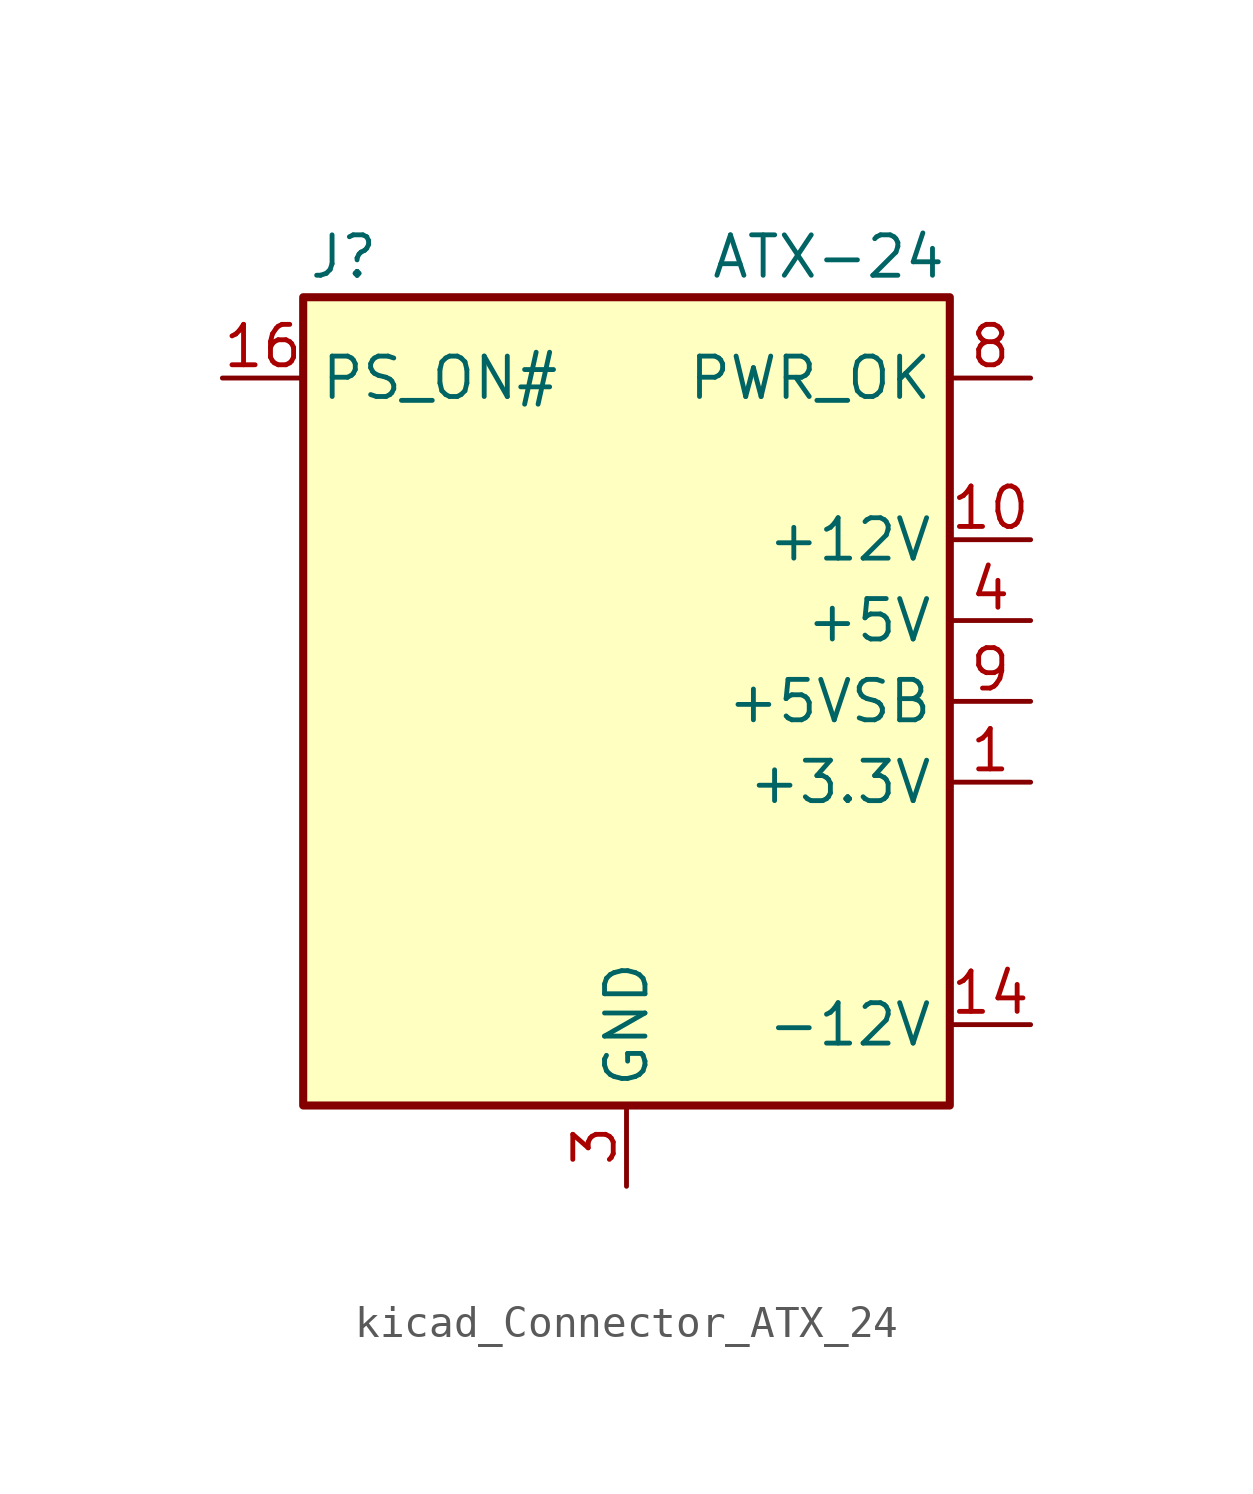
<source format=kicad_sym>
(kicad_symbol_lib
  (version 20220914)
  (generator kicad_symbol_editor)
  (symbol "kicad_Connector_ATX_24"
    (property "Reference" "J"
      (at -8.89 13.97 0)
      (effects (font (size 1.27 1.27))))
    (property "Value" "ATX-24"
      (at 6.35 13.97 0)
      (effects (font (size 1.27 1.27))))
    (symbol "kicad_Connector_ATX_24_0_1"
      (rectangle (start -10.16 12.7) (end 10.16 -12.7) (stroke (width 0.254) (type default)) (fill (type background))))
    (symbol "kicad_Connector_ATX_24_1_1"
      (pin power_out line (at 12.7 -2.54 180) (length 2.54) (name "+3.3V" (effects (font (size 1.27 1.27)))) (number "1" (effects (font (size 1.27 1.27)))))
      (pin power_out line (at 12.7 5.08 180) (length 2.54) (name "+12V" (effects (font (size 1.27 1.27)))) (number "10" (effects (font (size 1.27 1.27)))))
      (pin passive line (at 12.7 5.08 180) (length 2.54) hide (name "+12V" (effects (font (size 1.27 1.27)))) (number "11" (effects (font (size 1.27 1.27)))))
      (pin passive line (at 12.7 -2.54 180) (length 2.54) hide (name "+3.3V" (effects (font (size 1.27 1.27)))) (number "12" (effects (font (size 1.27 1.27)))))
      (pin passive line (at 12.7 -2.54 180) (length 2.54) hide (name "+3.3V" (effects (font (size 1.27 1.27)))) (number "13" (effects (font (size 1.27 1.27)))))
      (pin power_out line (at 12.7 -10.16 180) (length 2.54) (name "-12V" (effects (font (size 1.27 1.27)))) (number "14" (effects (font (size 1.27 1.27)))))
      (pin passive line (at 0 -15.24 90) (length 2.54) hide (name "GND" (effects (font (size 1.27 1.27)))) (number "15" (effects (font (size 1.27 1.27)))))
      (pin open_collector line (at -12.7 10.16 0) (length 2.54) (name "PS_ON#" (effects (font (size 1.27 1.27)))) (number "16" (effects (font (size 1.27 1.27)))))
      (pin passive line (at 0 -15.24 90) (length 2.54) hide (name "GND" (effects (font (size 1.27 1.27)))) (number "17" (effects (font (size 1.27 1.27)))))
      (pin passive line (at 0 -15.24 90) (length 2.54) hide (name "GND" (effects (font (size 1.27 1.27)))) (number "18" (effects (font (size 1.27 1.27)))))
      (pin passive line (at 0 -15.24 90) (length 2.54) hide (name "GND" (effects (font (size 1.27 1.27)))) (number "19" (effects (font (size 1.27 1.27)))))
      (pin passive line (at 12.7 -2.54 180) (length 2.54) hide (name "+3.3V" (effects (font (size 1.27 1.27)))) (number "2" (effects (font (size 1.27 1.27)))))
      (pin no_connect line (at -10.16 0 0) (length 2.54) hide (name "NC" (effects (font (size 1.27 1.27)))) (number "20" (effects (font (size 1.27 1.27)))))
      (pin passive line (at 12.7 2.54 180) (length 2.54) hide (name "+5V" (effects (font (size 1.27 1.27)))) (number "21" (effects (font (size 1.27 1.27)))))
      (pin passive line (at 12.7 2.54 180) (length 2.54) hide (name "+5V" (effects (font (size 1.27 1.27)))) (number "22" (effects (font (size 1.27 1.27)))))
      (pin passive line (at 12.7 2.54 180) (length 2.54) hide (name "+5V" (effects (font (size 1.27 1.27)))) (number "23" (effects (font (size 1.27 1.27)))))
      (pin passive line (at 0 -15.24 90) (length 2.54) hide (name "GND" (effects (font (size 1.27 1.27)))) (number "24" (effects (font (size 1.27 1.27)))))
      (pin power_out line (at 0 -15.24 90) (length 2.54) (name "GND" (effects (font (size 1.27 1.27)))) (number "3" (effects (font (size 1.27 1.27)))))
      (pin power_out line (at 12.7 2.54 180) (length 2.54) (name "+5V" (effects (font (size 1.27 1.27)))) (number "4" (effects (font (size 1.27 1.27)))))
      (pin passive line (at 0 -15.24 90) (length 2.54) hide (name "GND" (effects (font (size 1.27 1.27)))) (number "5" (effects (font (size 1.27 1.27)))))
      (pin passive line (at 12.7 2.54 180) (length 2.54) hide (name "+5V" (effects (font (size 1.27 1.27)))) (number "6" (effects (font (size 1.27 1.27)))))
      (pin passive line (at 0 -15.24 90) (length 2.54) hide (name "GND" (effects (font (size 1.27 1.27)))) (number "7" (effects (font (size 1.27 1.27)))))
      (pin output line (at 12.7 10.16 180) (length 2.54) (name "PWR_OK" (effects (font (size 1.27 1.27)))) (number "8" (effects (font (size 1.27 1.27)))))
      (pin power_out line (at 12.7 0 180) (length 2.54) (name "+5VSB" (effects (font (size 1.27 1.27)))) (number "9" (effects (font (size 1.27 1.27))))))))
</source>
